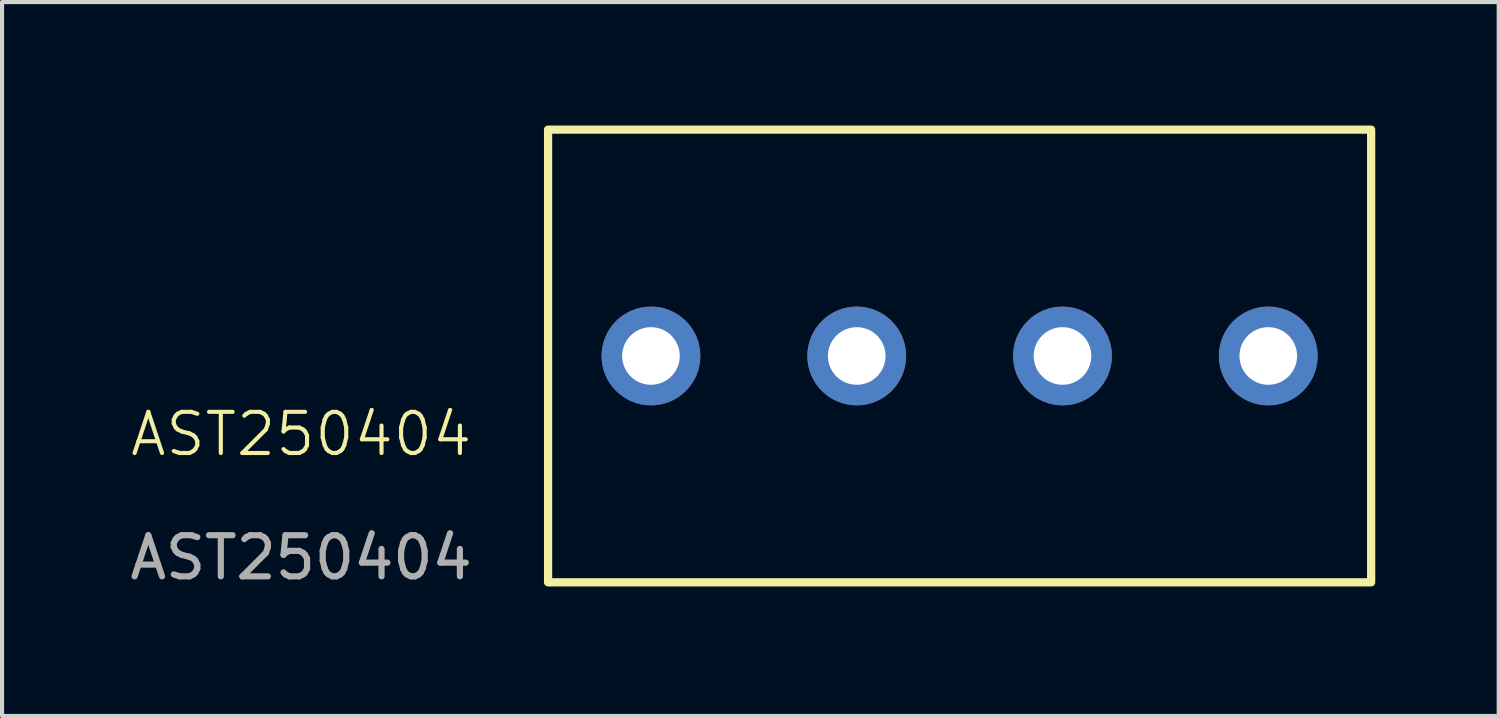
<source format=kicad_pcb>
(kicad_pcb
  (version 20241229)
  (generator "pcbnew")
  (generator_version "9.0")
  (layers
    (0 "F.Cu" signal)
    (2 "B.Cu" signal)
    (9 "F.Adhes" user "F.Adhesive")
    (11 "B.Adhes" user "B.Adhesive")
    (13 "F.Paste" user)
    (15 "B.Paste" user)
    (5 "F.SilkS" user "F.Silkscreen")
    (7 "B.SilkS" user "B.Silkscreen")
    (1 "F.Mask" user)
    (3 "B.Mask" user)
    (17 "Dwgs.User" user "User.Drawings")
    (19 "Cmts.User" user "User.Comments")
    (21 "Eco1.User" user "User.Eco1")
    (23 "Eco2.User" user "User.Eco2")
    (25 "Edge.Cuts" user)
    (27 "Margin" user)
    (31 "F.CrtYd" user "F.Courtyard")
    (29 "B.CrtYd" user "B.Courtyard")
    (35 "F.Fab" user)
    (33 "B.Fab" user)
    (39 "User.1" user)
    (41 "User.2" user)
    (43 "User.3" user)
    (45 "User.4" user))
  (footprint "AST250404"
    (layer "F.Cu")
    (at 12.768 5.6)
    (property "Reference" "AST250404" (at -8.5 1.9 0) (unlocked yes) (layer "F.SilkS") (effects (font (size 1 1) (thickness 0.1))))
    (attr through_hole)
    (fp_rect (start -2.5 -5.5) (end 17.5 5.5) (stroke (width 0.2) (type default)) (fill no) (layer "F.SilkS"))
    (fp_text user "${REFERENCE}" (at -8.5 4.9 0) (unlocked yes) (layer "F.Fab") (effects (font (size 1 1) (thickness 0.15))))
    (pad "1" thru_hole circle (at 0 0) (size 2.4 2.4) (drill 1.4) (layers "*.Cu" "*.Mask"))
    (pad "2" thru_hole circle (at 5 0) (size 2.4 2.4) (drill 1.4) (layers "*.Cu" "*.Mask"))
    (pad "3" thru_hole circle (at 10 0) (size 2.4 2.4) (drill 1.4) (layers "*.Cu" "*.Mask"))
    (pad "4" thru_hole circle (at 15 0) (size 2.4 2.4) (drill 1.4) (layers "*.Cu" "*.Mask")))
  (gr_rect
    (start -3 -3)
    (end 33.368 14.348)
    (stroke (width 0.1) (type default))
    (fill no)
    (layer "Edge.Cuts")))
</source>
